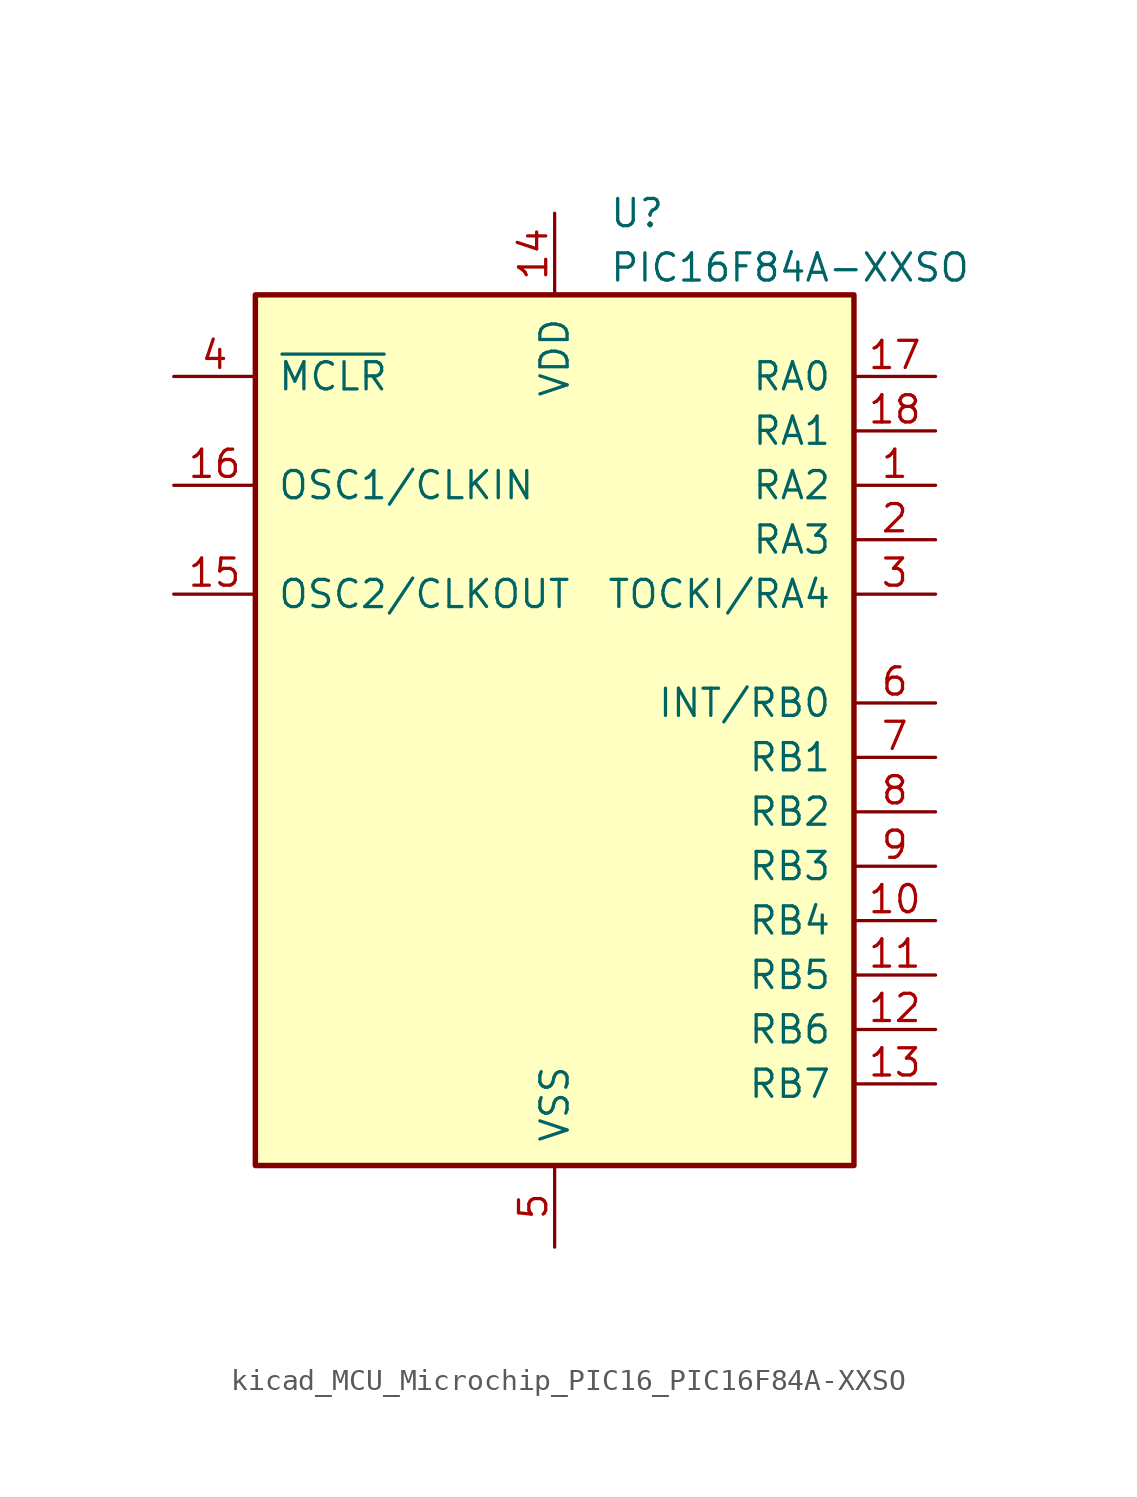
<source format=kicad_sym>
(kicad_symbol_lib
  (version 20220914)
  (generator kicad_symbol_editor)
  (symbol "kicad_MCU_Microchip_PIC16_PIC16F84A-XXSO"
    (pin_names
      (offset 1.016))
    (property "Reference" "U"
      (at 2.54 22.86 0)
      (effects (font (size 1.27 1.27)) (justify left)))
    (property "Value" "PIC16F84A-XXSO"
      (at 2.54 20.32 0)
      (effects (font (size 1.27 1.27)) (justify left)))
    (symbol "kicad_MCU_Microchip_PIC16_PIC16F84A-XXSO_0_1"
      (rectangle (start -13.97 19.05) (end 13.97 -21.59) (stroke (width 0.254) (type default)) (fill (type background))))
    (symbol "kicad_MCU_Microchip_PIC16_PIC16F84A-XXSO_1_1"
      (pin bidirectional line (at 17.78 10.16 180) (length 3.81) (name "RA2" (effects (font (size 1.27 1.27)))) (number "1" (effects (font (size 1.27 1.27)))))
      (pin bidirectional line (at 17.78 -10.16 180) (length 3.81) (name "RB4" (effects (font (size 1.27 1.27)))) (number "10" (effects (font (size 1.27 1.27)))))
      (pin bidirectional line (at 17.78 -12.7 180) (length 3.81) (name "RB5" (effects (font (size 1.27 1.27)))) (number "11" (effects (font (size 1.27 1.27)))))
      (pin bidirectional line (at 17.78 -15.24 180) (length 3.81) (name "RB6" (effects (font (size 1.27 1.27)))) (number "12" (effects (font (size 1.27 1.27)))))
      (pin bidirectional line (at 17.78 -17.78 180) (length 3.81) (name "RB7" (effects (font (size 1.27 1.27)))) (number "13" (effects (font (size 1.27 1.27)))))
      (pin power_in line (at 0 22.86 270) (length 3.81) (name "VDD" (effects (font (size 1.27 1.27)))) (number "14" (effects (font (size 1.27 1.27)))))
      (pin output line (at -17.78 5.08 0) (length 3.81) (name "OSC2/CLKOUT" (effects (font (size 1.27 1.27)))) (number "15" (effects (font (size 1.27 1.27)))))
      (pin input line (at -17.78 10.16 0) (length 3.81) (name "OSC1/CLKIN" (effects (font (size 1.27 1.27)))) (number "16" (effects (font (size 1.27 1.27)))))
      (pin bidirectional line (at 17.78 15.24 180) (length 3.81) (name "RA0" (effects (font (size 1.27 1.27)))) (number "17" (effects (font (size 1.27 1.27)))))
      (pin bidirectional line (at 17.78 12.7 180) (length 3.81) (name "RA1" (effects (font (size 1.27 1.27)))) (number "18" (effects (font (size 1.27 1.27)))))
      (pin bidirectional line (at 17.78 7.62 180) (length 3.81) (name "RA3" (effects (font (size 1.27 1.27)))) (number "2" (effects (font (size 1.27 1.27)))))
      (pin bidirectional line (at 17.78 5.08 180) (length 3.81) (name "TOCKI/RA4" (effects (font (size 1.27 1.27)))) (number "3" (effects (font (size 1.27 1.27)))))
      (pin input line (at -17.78 15.24 0) (length 3.81) (name "~{MCLR}" (effects (font (size 1.27 1.27)))) (number "4" (effects (font (size 1.27 1.27)))))
      (pin power_in line (at 0 -25.4 90) (length 3.81) (name "VSS" (effects (font (size 1.27 1.27)))) (number "5" (effects (font (size 1.27 1.27)))))
      (pin bidirectional line (at 17.78 0 180) (length 3.81) (name "INT/RB0" (effects (font (size 1.27 1.27)))) (number "6" (effects (font (size 1.27 1.27)))))
      (pin bidirectional line (at 17.78 -2.54 180) (length 3.81) (name "RB1" (effects (font (size 1.27 1.27)))) (number "7" (effects (font (size 1.27 1.27)))))
      (pin bidirectional line (at 17.78 -5.08 180) (length 3.81) (name "RB2" (effects (font (size 1.27 1.27)))) (number "8" (effects (font (size 1.27 1.27)))))
      (pin bidirectional line (at 17.78 -7.62 180) (length 3.81) (name "RB3" (effects (font (size 1.27 1.27)))) (number "9" (effects (font (size 1.27 1.27))))))))
</source>
